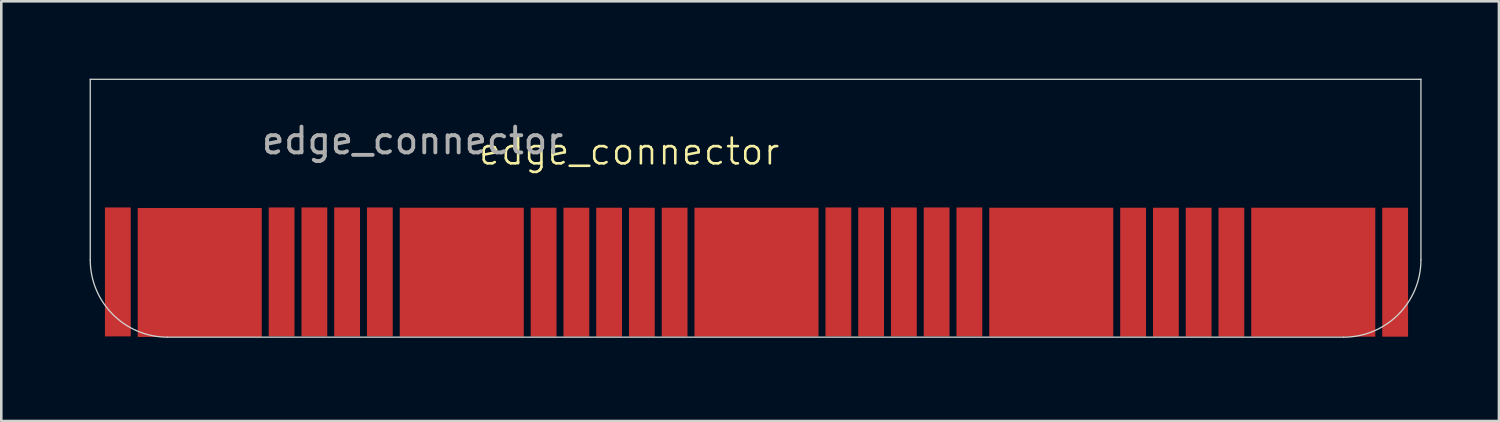
<source format=kicad_pcb>
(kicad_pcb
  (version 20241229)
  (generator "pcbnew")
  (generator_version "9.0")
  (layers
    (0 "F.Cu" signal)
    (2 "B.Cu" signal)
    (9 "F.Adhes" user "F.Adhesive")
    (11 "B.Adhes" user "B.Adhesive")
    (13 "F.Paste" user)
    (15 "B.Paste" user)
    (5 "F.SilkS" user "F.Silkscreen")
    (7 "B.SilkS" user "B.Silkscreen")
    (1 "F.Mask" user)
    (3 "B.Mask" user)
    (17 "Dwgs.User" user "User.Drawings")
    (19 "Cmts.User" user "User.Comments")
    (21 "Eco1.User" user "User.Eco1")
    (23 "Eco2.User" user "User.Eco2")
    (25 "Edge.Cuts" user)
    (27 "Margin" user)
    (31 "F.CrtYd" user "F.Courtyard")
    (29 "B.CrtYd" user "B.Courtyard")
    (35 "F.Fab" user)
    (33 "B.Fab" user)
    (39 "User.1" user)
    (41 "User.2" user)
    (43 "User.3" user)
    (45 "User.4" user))
  (footprint "edge_connector"
    (layer "F.Cu")
    (at 0.25 10.025)
    (property "Reference" "edge_connector" (at 21.1 -7.2 0) (unlocked yes) (layer "F.SilkS") (effects (font (size 1 1) (thickness 0.1))))
    (fp_line (start 0.2 -10) (end 0.2 -3) (stroke (width 0.05) (type default)) (layer "Edge.Cuts"))
    (fp_line (start 0.2 -10) (end 51.8 -10) (stroke (width 0.05) (type solid)) (layer "Edge.Cuts"))
    (fp_line (start 3.2 0) (end 48.8 0) (stroke (width 0.05) (type default)) (layer "Edge.Cuts"))
    (fp_line (start 51.8 -10) (end 51.8 -3) (stroke (width 0.05) (type default)) (layer "Edge.Cuts"))
    (fp_arc (start 3.2 0) (mid 1.07868 -0.87868) (end 0.2 -3) (stroke (width 0.05) (type default)) (layer "Edge.Cuts"))
    (fp_arc (start 51.8 -3) (mid 50.92132 -0.87868) (end 48.8 0) (stroke (width 0.05) (type default)) (layer "Edge.Cuts"))
    (fp_text user "${REFERENCE}" (at 12.7 -7.62 0) (unlocked yes) (layer "F.Fab") (effects (font (size 1 1) (thickness 0.15))))
    (pad "1" connect rect (at 1.27 -2.53) (size 1 5) (layers "F.Cu" "F.Mask"))
    (pad "2" connect rect (at 4.445 -2.51) (size 4.81 5) (layers "F.Cu" "F.Mask"))
    (pad "3" connect rect (at 7.62 -2.53) (size 1 5) (layers "F.Cu" "F.Mask"))
    (pad "4" connect rect (at 8.89 -2.53) (size 1 5) (layers "F.Cu" "F.Mask"))
    (pad "5" connect rect (at 10.16 -2.53) (size 1 5) (layers "F.Cu" "F.Mask"))
    (pad "6" connect rect (at 11.43 -2.53) (size 1 5) (layers "F.Cu" "F.Mask"))
    (pad "7" connect rect (at 14.605 -2.52) (size 4.81 5) (layers "F.Cu" "F.Mask"))
    (pad "8" connect rect (at 17.78 -2.52) (size 1 5) (layers "F.Cu" "F.Mask"))
    (pad "9" connect rect (at 19.05 -2.52) (size 1 5) (layers "F.Cu" "F.Mask"))
    (pad "10" connect rect (at 20.32 -2.52) (size 1 5) (layers "F.Cu" "F.Mask"))
    (pad "11" connect rect (at 21.59 -2.52) (size 1 5) (layers "F.Cu" "F.Mask"))
    (pad "12" connect rect (at 22.86 -2.52) (size 1 5) (layers "F.Cu" "F.Mask"))
    (pad "13" connect rect (at 26.035 -2.52) (size 4.81 5) (layers "F.Cu" "F.Mask"))
    (pad "14" connect rect (at 29.21 -2.53) (size 1 5) (layers "F.Cu" "F.Mask"))
    (pad "15" connect rect (at 30.48 -2.53) (size 1 5) (layers "F.Cu" "F.Mask"))
    (pad "16" connect rect (at 31.75 -2.53) (size 1 5) (layers "F.Cu" "F.Mask"))
    (pad "17" connect rect (at 33.02 -2.53) (size 1 5) (layers "F.Cu" "F.Mask"))
    (pad "18" connect rect (at 34.29 -2.53) (size 1 5) (layers "F.Cu" "F.Mask"))
    (pad "19" connect rect (at 37.465 -2.52) (size 4.81 5) (layers "F.Cu" "F.Mask"))
    (pad "20" connect rect (at 40.64 -2.52) (size 1 5) (layers "F.Cu" "F.Mask"))
    (pad "21" connect rect (at 41.91 -2.52) (size 1 5) (layers "F.Cu" "F.Mask"))
    (pad "22" connect rect (at 43.18 -2.52) (size 1 5) (layers "F.Cu" "F.Mask"))
    (pad "23" connect rect (at 44.45 -2.52) (size 1 5) (layers "F.Cu" "F.Mask"))
    (pad "24" connect rect (at 47.625 -2.52) (size 4.81 5) (layers "F.Cu" "F.Mask"))
    (pad "25" connect rect (at 50.8 -2.52) (size 1 5) (layers "F.Cu" "F.Mask")))
  (gr_rect
    (start -3 -3)
    (end 55.075 13.275)
    (stroke (width 0.1) (type default))
    (fill no)
    (layer "Edge.Cuts")))
</source>
